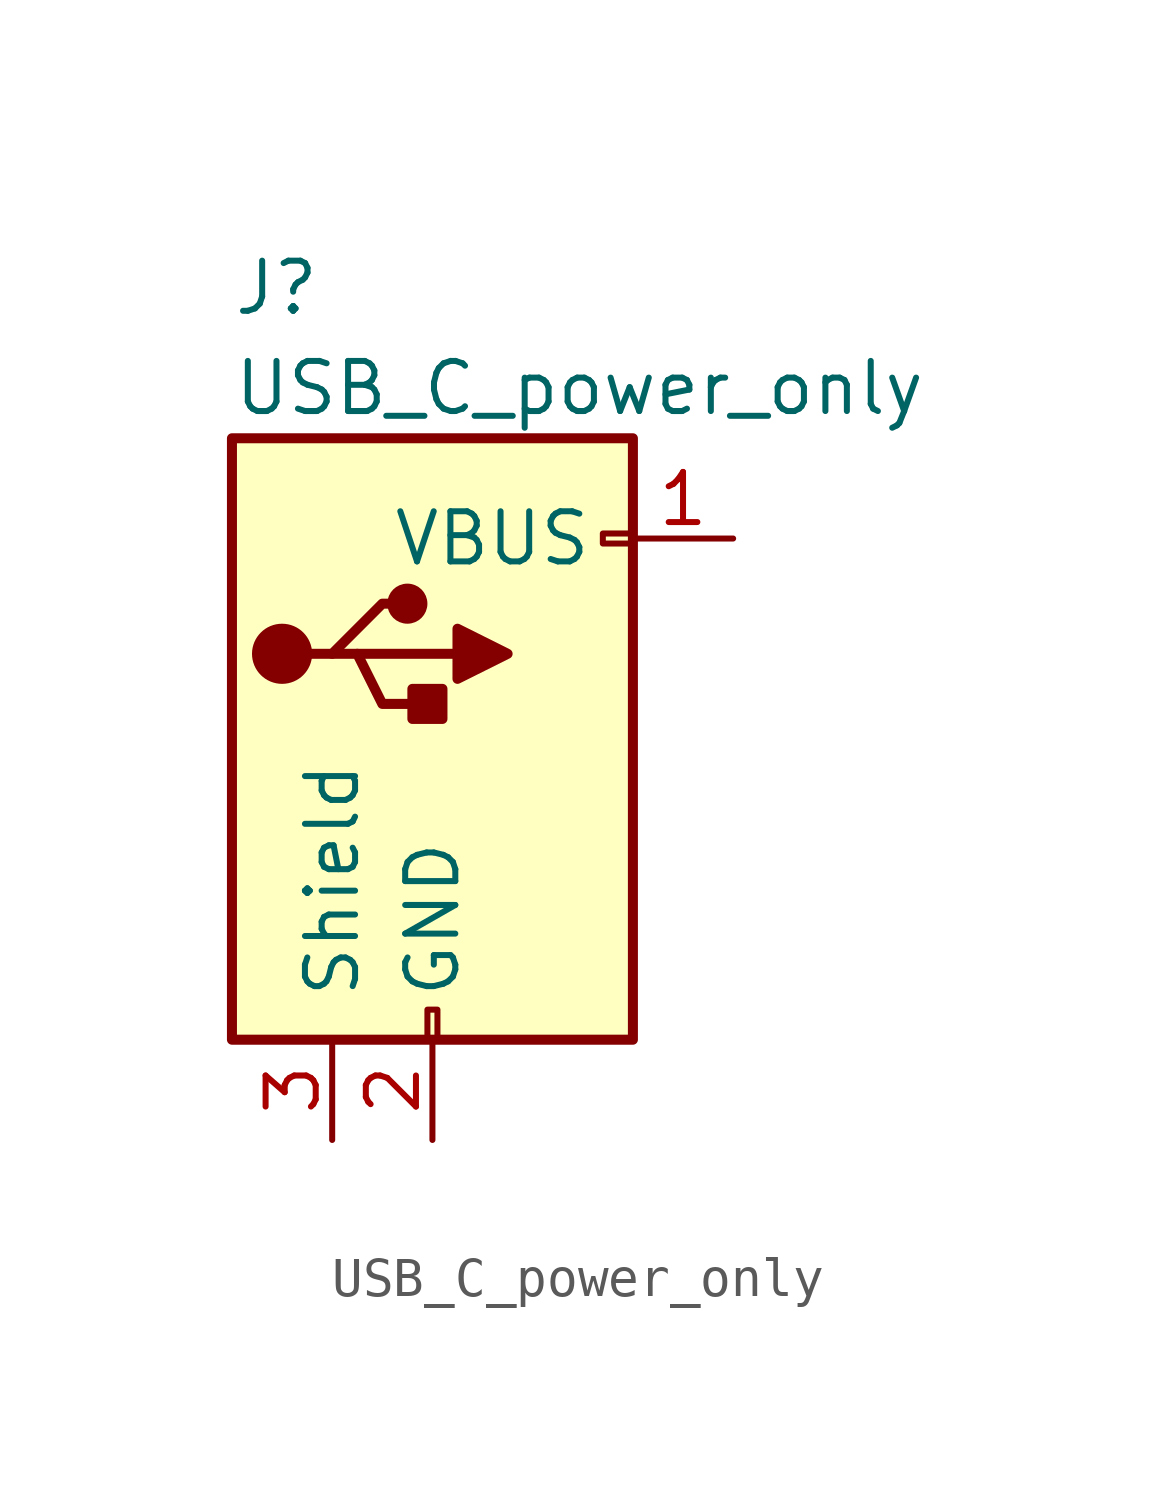
<source format=kicad_sym>
(kicad_symbol_lib
  (version 20211014)
  (generator kicad_symbol_editor)
  (symbol "USB_C_power_only"
    (pin_names
      (offset 1.016))
    (property "Reference" "J"
      (at -5.08 11.43 0)
      (effects (font (size 1.27 1.27)) (justify left)))
    (property "Value" "USB_C_power_only"
      (at -5.08 8.89 0)
      (effects (font (size 1.27 1.27)) (justify left)))
    (symbol "USB_C_power_only_0_1"
      (rectangle (start -5.08 -7.62) (end 5.08 7.62) (stroke (width 0.254) (type default) (color 0 0 0 0)) (fill (type background)))
      (circle (center -3.81 2.159) (radius 0.635) (stroke (width 0.254) (type default) (color 0 0 0 0)) (fill (type outline)))
      (circle (center -0.635 3.429) (radius 0.381) (stroke (width 0.254) (type default) (color 0 0 0 0)) (fill (type outline)))
      (rectangle (start -0.127 -7.62) (end 0.127 -6.858) (stroke (width 0) (type default) (color 0 0 0 0)) (fill (type none)))
      (polyline (pts (xy -1.905 2.159) (xy 0.635 2.159)) (stroke (width 0.254) (type default) (color 0 0 0 0)) (fill (type none)))
      (polyline (pts (xy -3.175 2.159) (xy -2.54 2.159) (xy -1.27 3.429) (xy -0.635 3.429)) (stroke (width 0.254) (type default) (color 0 0 0 0)) (fill (type none)))
      (polyline (pts (xy -2.54 2.159) (xy -1.905 2.159) (xy -1.27 0.889) (xy 0 0.889)) (stroke (width 0.254) (type default) (color 0 0 0 0)) (fill (type none)))
      (polyline (pts (xy 0.635 2.794) (xy 0.635 1.524) (xy 1.905 2.159) (xy 0.635 2.794)) (stroke (width 0.254) (type default) (color 0 0 0 0)) (fill (type outline)))
      (rectangle (start 0.254 1.27) (end -0.508 0.508) (stroke (width 0.254) (type default) (color 0 0 0 0)) (fill (type outline)))
      (rectangle (start 5.08 4.953) (end 4.318 5.207) (stroke (width 0) (type default) (color 0 0 0 0)) (fill (type none))))
    (symbol "USB_C_power_only_1_1"
      (pin power_out line (at 7.62 5.08 180) (length 2.54) (name "VBUS" (effects (font (size 1.27 1.27)))) (number "1" (effects (font (size 1.27 1.27)))))
      (pin power_out line (at 0 -10.16 90) (length 2.54) (name "GND" (effects (font (size 1.27 1.27)))) (number "2" (effects (font (size 1.27 1.27)))))
      (pin passive line (at -2.54 -10.16 90) (length 2.54) (name "Shield" (effects (font (size 1.27 1.27)))) (number "3" (effects (font (size 1.27 1.27))))))))
</source>
